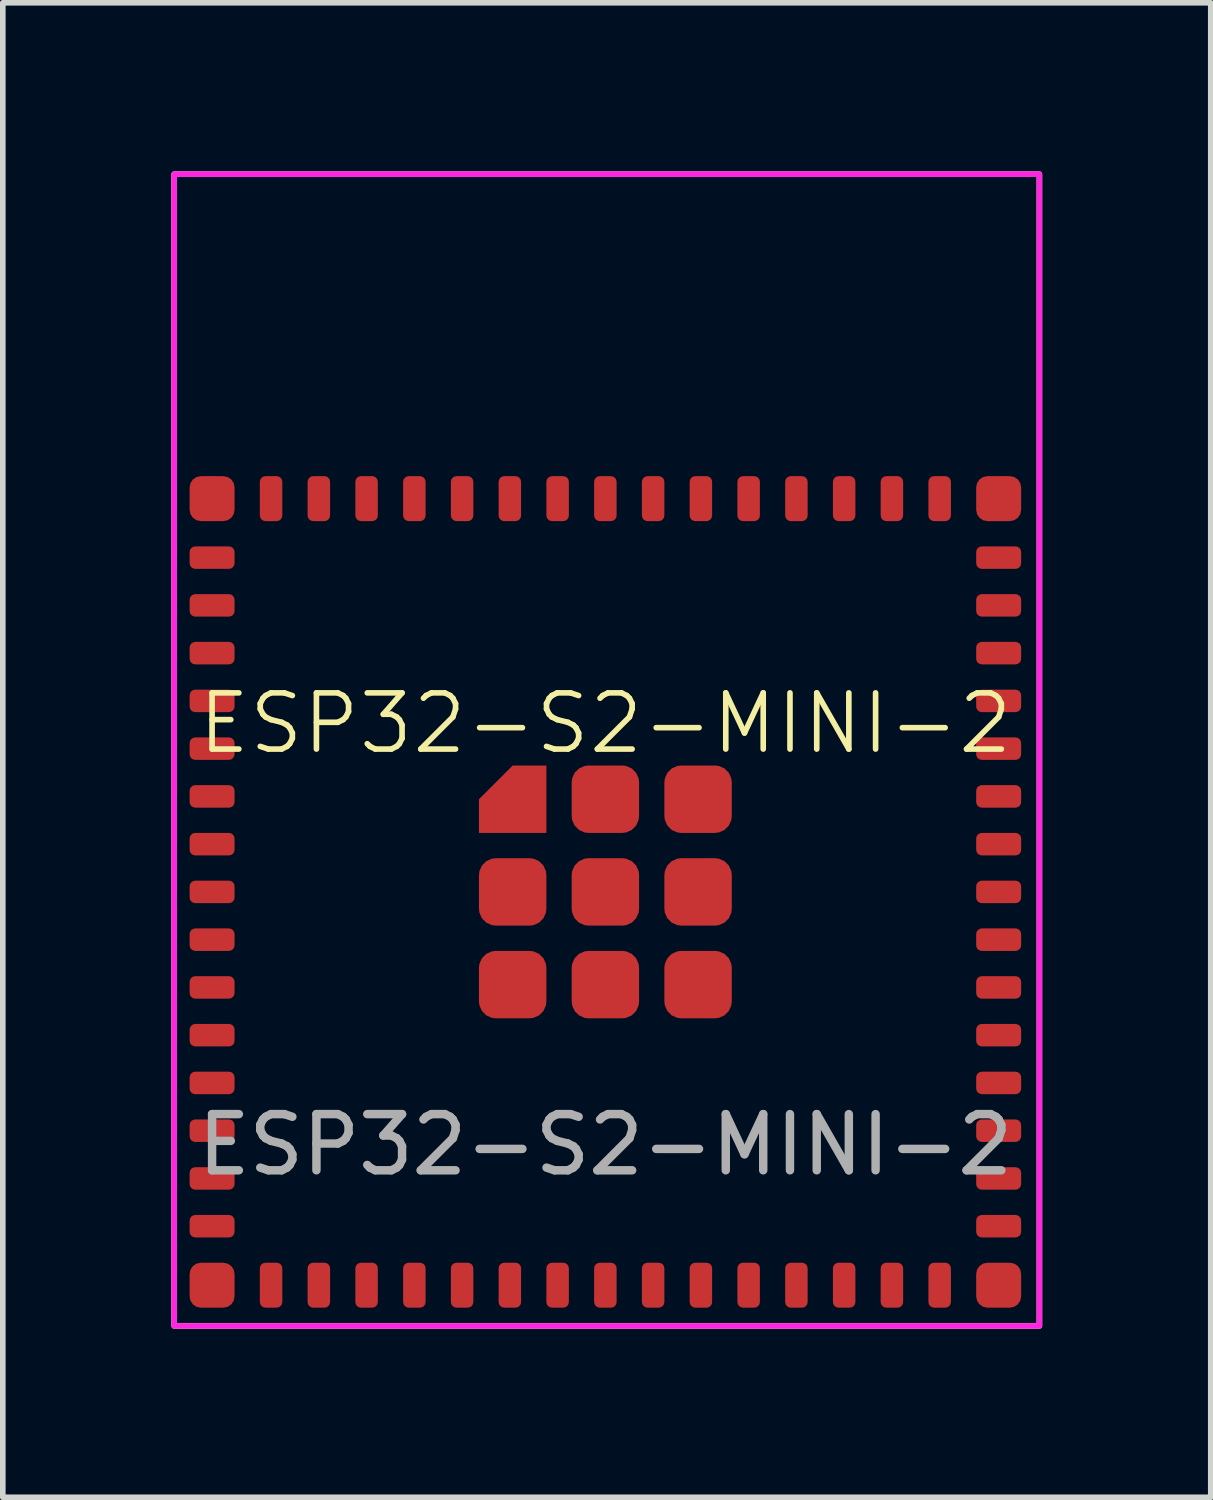
<source format=kicad_pcb>
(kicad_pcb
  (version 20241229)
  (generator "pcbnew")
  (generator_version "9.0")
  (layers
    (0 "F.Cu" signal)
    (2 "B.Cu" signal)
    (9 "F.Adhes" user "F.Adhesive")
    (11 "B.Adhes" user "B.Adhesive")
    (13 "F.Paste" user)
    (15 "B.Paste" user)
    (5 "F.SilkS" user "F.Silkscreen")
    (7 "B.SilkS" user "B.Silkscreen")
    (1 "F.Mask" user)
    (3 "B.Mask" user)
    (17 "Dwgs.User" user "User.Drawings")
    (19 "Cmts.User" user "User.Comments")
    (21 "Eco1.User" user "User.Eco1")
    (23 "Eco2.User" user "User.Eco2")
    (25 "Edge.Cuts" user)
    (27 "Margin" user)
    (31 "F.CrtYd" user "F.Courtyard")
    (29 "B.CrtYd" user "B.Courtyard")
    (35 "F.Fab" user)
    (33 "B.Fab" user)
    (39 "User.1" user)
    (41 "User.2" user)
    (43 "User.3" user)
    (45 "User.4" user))
  (footprint "ESP32-S2-MINI-2"
    (layer "F.Cu")
    (at 7.725 12.825)
    (property "Reference" "ESP32-S2-MINI-2" (at 0 -3 0) (unlocked yes) (layer "F.SilkS") (effects (font (size 1 1) (thickness 0.1))))
    (attr smd)
    (fp_rect (start -7.675 -12.775) (end 7.725 7.725) (stroke (width 0.1) (type default)) (fill no) (layer "F.SilkS"))
    (fp_rect (start -7.675 -12.775) (end 7.725 7.725) (stroke (width 0.1) (type default)) (fill no) (layer "F.CrtYd"))
    (fp_text user "${REFERENCE}" (at 0 4.5 0) (unlocked yes) (layer "F.Fab") (effects (font (size 1 1) (thickness 0.15))))
    (pad "1" smd roundrect (at -7 -5.95 90) (size 0.4 0.8) (layers "F.Cu" "F.Mask" "F.Paste") (roundrect_rratio 0.25))
    (pad "2" smd roundrect (at -7 -5.1 90) (size 0.4 0.8) (layers "F.Cu" "F.Mask" "F.Paste") (roundrect_rratio 0.25))
    (pad "3" smd roundrect (at -7 -4.25 90) (size 0.4 0.8) (layers "F.Cu" "F.Mask" "F.Paste") (roundrect_rratio 0.25))
    (pad "4" smd roundrect (at -7 -3.4 90) (size 0.4 0.8) (layers "F.Cu" "F.Mask" "F.Paste") (roundrect_rratio 0.25))
    (pad "5" smd roundrect (at -7 -2.55 90) (size 0.4 0.8) (layers "F.Cu" "F.Mask" "F.Paste") (roundrect_rratio 0.25))
    (pad "6" smd roundrect (at -7 -1.7 90) (size 0.4 0.8) (layers "F.Cu" "F.Mask" "F.Paste") (roundrect_rratio 0.25))
    (pad "7" smd roundrect (at -7 -0.85 90) (size 0.4 0.8) (layers "F.Cu" "F.Mask" "F.Paste") (roundrect_rratio 0.25))
    (pad "8" smd roundrect (at -7 0 90) (size 0.4 0.8) (layers "F.Cu" "F.Mask" "F.Paste") (roundrect_rratio 0.25))
    (pad "9" smd roundrect (at -7 0.85 90) (size 0.4 0.8) (layers "F.Cu" "F.Mask" "F.Paste") (roundrect_rratio 0.25))
    (pad "10" smd roundrect (at -7 1.7 90) (size 0.4 0.8) (layers "F.Cu" "F.Mask" "F.Paste") (roundrect_rratio 0.25))
    (pad "11" smd roundrect (at -7 2.55 90) (size 0.4 0.8) (layers "F.Cu" "F.Mask" "F.Paste") (roundrect_rratio 0.25))
    (pad "12" smd roundrect (at -7 3.4 90) (size 0.4 0.8) (layers "F.Cu" "F.Mask" "F.Paste") (roundrect_rratio 0.25))
    (pad "13" smd roundrect (at -7 4.25 90) (size 0.4 0.8) (layers "F.Cu" "F.Mask" "F.Paste") (roundrect_rratio 0.25))
    (pad "14" smd roundrect (at -7 5.1 90) (size 0.4 0.8) (layers "F.Cu" "F.Mask" "F.Paste") (roundrect_rratio 0.25))
    (pad "15" smd roundrect (at -7 5.95 90) (size 0.4 0.8) (layers "F.Cu" "F.Mask" "F.Paste") (roundrect_rratio 0.25))
    (pad "16" smd roundrect (at -5.95 7 180) (size 0.4 0.8) (layers "F.Cu" "F.Mask" "F.Paste") (roundrect_rratio 0.25))
    (pad "17" smd roundrect (at -5.1 7 180) (size 0.4 0.8) (layers "F.Cu" "F.Mask" "F.Paste") (roundrect_rratio 0.25))
    (pad "18" smd roundrect (at -4.25 7 180) (size 0.4 0.8) (layers "F.Cu" "F.Mask" "F.Paste") (roundrect_rratio 0.25))
    (pad "19" smd roundrect (at -3.4 7 180) (size 0.4 0.8) (layers "F.Cu" "F.Mask" "F.Paste") (roundrect_rratio 0.25))
    (pad "20" smd roundrect (at -2.55 7 180) (size 0.4 0.8) (layers "F.Cu" "F.Mask" "F.Paste") (roundrect_rratio 0.25))
    (pad "21" smd roundrect (at -1.7 7 180) (size 0.4 0.8) (layers "F.Cu" "F.Mask" "F.Paste") (roundrect_rratio 0.25))
    (pad "22" smd roundrect (at -0.85 7 180) (size 0.4 0.8) (layers "F.Cu" "F.Mask" "F.Paste") (roundrect_rratio 0.25))
    (pad "23" smd roundrect (at 0 7 180) (size 0.4 0.8) (layers "F.Cu" "F.Mask" "F.Paste") (roundrect_rratio 0.25))
    (pad "24" smd roundrect (at 0.85 7 180) (size 0.4 0.8) (layers "F.Cu" "F.Mask" "F.Paste") (roundrect_rratio 0.25))
    (pad "25" smd roundrect (at 1.7 7 180) (size 0.4 0.8) (layers "F.Cu" "F.Mask" "F.Paste") (roundrect_rratio 0.25))
    (pad "26" smd roundrect (at 2.55 7 180) (size 0.4 0.8) (layers "F.Cu" "F.Mask" "F.Paste") (roundrect_rratio 0.25))
    (pad "27" smd roundrect (at 3.4 7 180) (size 0.4 0.8) (layers "F.Cu" "F.Mask" "F.Paste") (roundrect_rratio 0.25))
    (pad "28" smd roundrect (at 4.25 7 180) (size 0.4 0.8) (layers "F.Cu" "F.Mask" "F.Paste") (roundrect_rratio 0.25))
    (pad "29" smd roundrect (at 5.1 7 180) (size 0.4 0.8) (layers "F.Cu" "F.Mask" "F.Paste") (roundrect_rratio 0.25))
    (pad "30" smd roundrect (at 5.95 7 180) (size 0.4 0.8) (layers "F.Cu" "F.Mask" "F.Paste") (roundrect_rratio 0.25))
    (pad "31" smd roundrect (at 7 5.95 90) (size 0.4 0.8) (layers "F.Cu" "F.Mask" "F.Paste") (roundrect_rratio 0.25))
    (pad "32" smd roundrect (at 7 5.1 90) (size 0.4 0.8) (layers "F.Cu" "F.Mask" "F.Paste") (roundrect_rratio 0.25))
    (pad "33" smd roundrect (at 7 4.25 90) (size 0.4 0.8) (layers "F.Cu" "F.Mask" "F.Paste") (roundrect_rratio 0.25))
    (pad "34" smd roundrect (at 7 3.4 90) (size 0.4 0.8) (layers "F.Cu" "F.Mask" "F.Paste") (roundrect_rratio 0.25))
    (pad "35" smd roundrect (at 7 2.55 90) (size 0.4 0.8) (layers "F.Cu" "F.Mask" "F.Paste") (roundrect_rratio 0.25))
    (pad "36" smd roundrect (at 7 1.7 90) (size 0.4 0.8) (layers "F.Cu" "F.Mask" "F.Paste") (roundrect_rratio 0.25))
    (pad "37" smd roundrect (at 7 0.85 90) (size 0.4 0.8) (layers "F.Cu" "F.Mask" "F.Paste") (roundrect_rratio 0.25))
    (pad "38" smd roundrect (at 7 0 90) (size 0.4 0.8) (layers "F.Cu" "F.Mask" "F.Paste") (roundrect_rratio 0.25))
    (pad "39" smd roundrect (at 7 -0.85 90) (size 0.4 0.8) (layers "F.Cu" "F.Mask" "F.Paste") (roundrect_rratio 0.25))
    (pad "40" smd roundrect (at 7 -1.7 90) (size 0.4 0.8) (layers "F.Cu" "F.Mask" "F.Paste") (roundrect_rratio 0.25))
    (pad "41" smd roundrect (at 7 -2.55 90) (size 0.4 0.8) (layers "F.Cu" "F.Mask" "F.Paste") (roundrect_rratio 0.25))
    (pad "42" smd roundrect (at 7 -3.4 90) (size 0.4 0.8) (layers "F.Cu" "F.Mask" "F.Paste") (roundrect_rratio 0.25))
    (pad "43" smd roundrect (at 7 -4.25 90) (size 0.4 0.8) (layers "F.Cu" "F.Mask" "F.Paste") (roundrect_rratio 0.25))
    (pad "44" smd roundrect (at 7 -5.1 90) (size 0.4 0.8) (layers "F.Cu" "F.Mask" "F.Paste") (roundrect_rratio 0.25))
    (pad "45" smd roundrect (at 7 -5.95 90) (size 0.4 0.8) (layers "F.Cu" "F.Mask" "F.Paste") (roundrect_rratio 0.25))
    (pad "46" smd roundrect (at 5.95 -7 180) (size 0.4 0.8) (layers "F.Cu" "F.Mask" "F.Paste") (roundrect_rratio 0.25))
    (pad "47" smd roundrect (at 5.1 -7 180) (size 0.4 0.8) (layers "F.Cu" "F.Mask" "F.Paste") (roundrect_rratio 0.25))
    (pad "48" smd roundrect (at 4.25 -7 180) (size 0.4 0.8) (layers "F.Cu" "F.Mask" "F.Paste") (roundrect_rratio 0.25))
    (pad "49" smd roundrect (at 3.4 -7 180) (size 0.4 0.8) (layers "F.Cu" "F.Mask" "F.Paste") (roundrect_rratio 0.25))
    (pad "50" smd roundrect (at 1.7 -7 180) (size 0.4 0.8) (layers "F.Cu" "F.Mask" "F.Paste") (roundrect_rratio 0.25))
    (pad "51" smd roundrect (at 2.55 -7 180) (size 0.4 0.8) (layers "F.Cu" "F.Mask" "F.Paste") (roundrect_rratio 0.25))
    (pad "52" smd roundrect (at 0.85 -7 180) (size 0.4 0.8) (layers "F.Cu" "F.Mask" "F.Paste") (roundrect_rratio 0.25))
    (pad "53" smd roundrect (at -0.85 -7 180) (size 0.4 0.8) (layers "F.Cu" "F.Mask" "F.Paste") (roundrect_rratio 0.25))
    (pad "54" smd roundrect (at 0 -7 180) (size 0.4 0.8) (layers "F.Cu" "F.Mask" "F.Paste") (roundrect_rratio 0.25))
    (pad "55" smd roundrect (at -1.7 -7 180) (size 0.4 0.8) (layers "F.Cu" "F.Mask" "F.Paste") (roundrect_rratio 0.25))
    (pad "56" smd roundrect (at -2.55 -7 180) (size 0.4 0.8) (layers "F.Cu" "F.Mask" "F.Paste") (roundrect_rratio 0.25))
    (pad "57" smd roundrect (at -3.4 -7 180) (size 0.4 0.8) (layers "F.Cu" "F.Mask" "F.Paste") (roundrect_rratio 0.25))
    (pad "58" smd roundrect (at -4.25 -7 180) (size 0.4 0.8) (layers "F.Cu" "F.Mask" "F.Paste") (roundrect_rratio 0.25))
    (pad "59" smd roundrect (at -5.1 -7 180) (size 0.4 0.8) (layers "F.Cu" "F.Mask" "F.Paste") (roundrect_rratio 0.25))
    (pad "60" smd roundrect (at -5.95 -7 180) (size 0.4 0.8) (layers "F.Cu" "F.Mask" "F.Paste") (roundrect_rratio 0.25))
    (pad "61" smd roundrect (at -1.65 -1.65) (size 1.2 1.2) (layers "F.Cu" "F.Mask" "F.Paste") (roundrect_rratio 0) (chamfer_ratio 0.5) (chamfer top_left))
    (pad "61" smd roundrect (at -1.65 0) (size 1.2 1.2) (layers "F.Cu" "F.Mask" "F.Paste") (roundrect_rratio 0.25))
    (pad "61" smd roundrect (at -1.65 1.65) (size 1.2 1.2) (layers "F.Cu" "F.Mask" "F.Paste") (roundrect_rratio 0.25))
    (pad "61" smd roundrect (at 0 -1.65) (size 1.2 1.2) (layers "F.Cu" "F.Mask" "F.Paste") (roundrect_rratio 0.25))
    (pad "61" smd roundrect (at 0 0) (size 1.2 1.2) (layers "F.Cu" "F.Mask" "F.Paste") (roundrect_rratio 0.25))
    (pad "61" smd roundrect (at 0 1.65) (size 1.2 1.2) (layers "F.Cu" "F.Mask" "F.Paste") (roundrect_rratio 0.25))
    (pad "61" smd roundrect (at 1.65 -1.65) (size 1.2 1.2) (layers "F.Cu" "F.Mask" "F.Paste") (roundrect_rratio 0.25))
    (pad "61" smd roundrect (at 1.65 0) (size 1.2 1.2) (layers "F.Cu" "F.Mask" "F.Paste") (roundrect_rratio 0.25))
    (pad "61" smd roundrect (at 1.65 1.65) (size 1.2 1.2) (layers "F.Cu" "F.Mask" "F.Paste") (roundrect_rratio 0.25))
    (pad "62" smd roundrect (at -7 -7) (size 0.8 0.8) (layers "F.Cu" "F.Mask" "F.Paste") (roundrect_rratio 0.25))
    (pad "63" smd roundrect (at -7 7) (size 0.8 0.8) (layers "F.Cu" "F.Mask" "F.Paste") (roundrect_rratio 0.25))
    (pad "64" smd roundrect (at 7 7) (size 0.8 0.8) (layers "F.Cu" "F.Mask" "F.Paste") (roundrect_rratio 0.25))
    (pad "65" smd roundrect (at 7 -7) (size 0.8 0.8) (layers "F.Cu" "F.Mask" "F.Paste") (roundrect_rratio 0.25)))
  (gr_rect
    (start -3 -3)
    (end 18.5 23.6)
    (stroke (width 0.1) (type default))
    (fill no)
    (layer "Edge.Cuts")))
</source>
